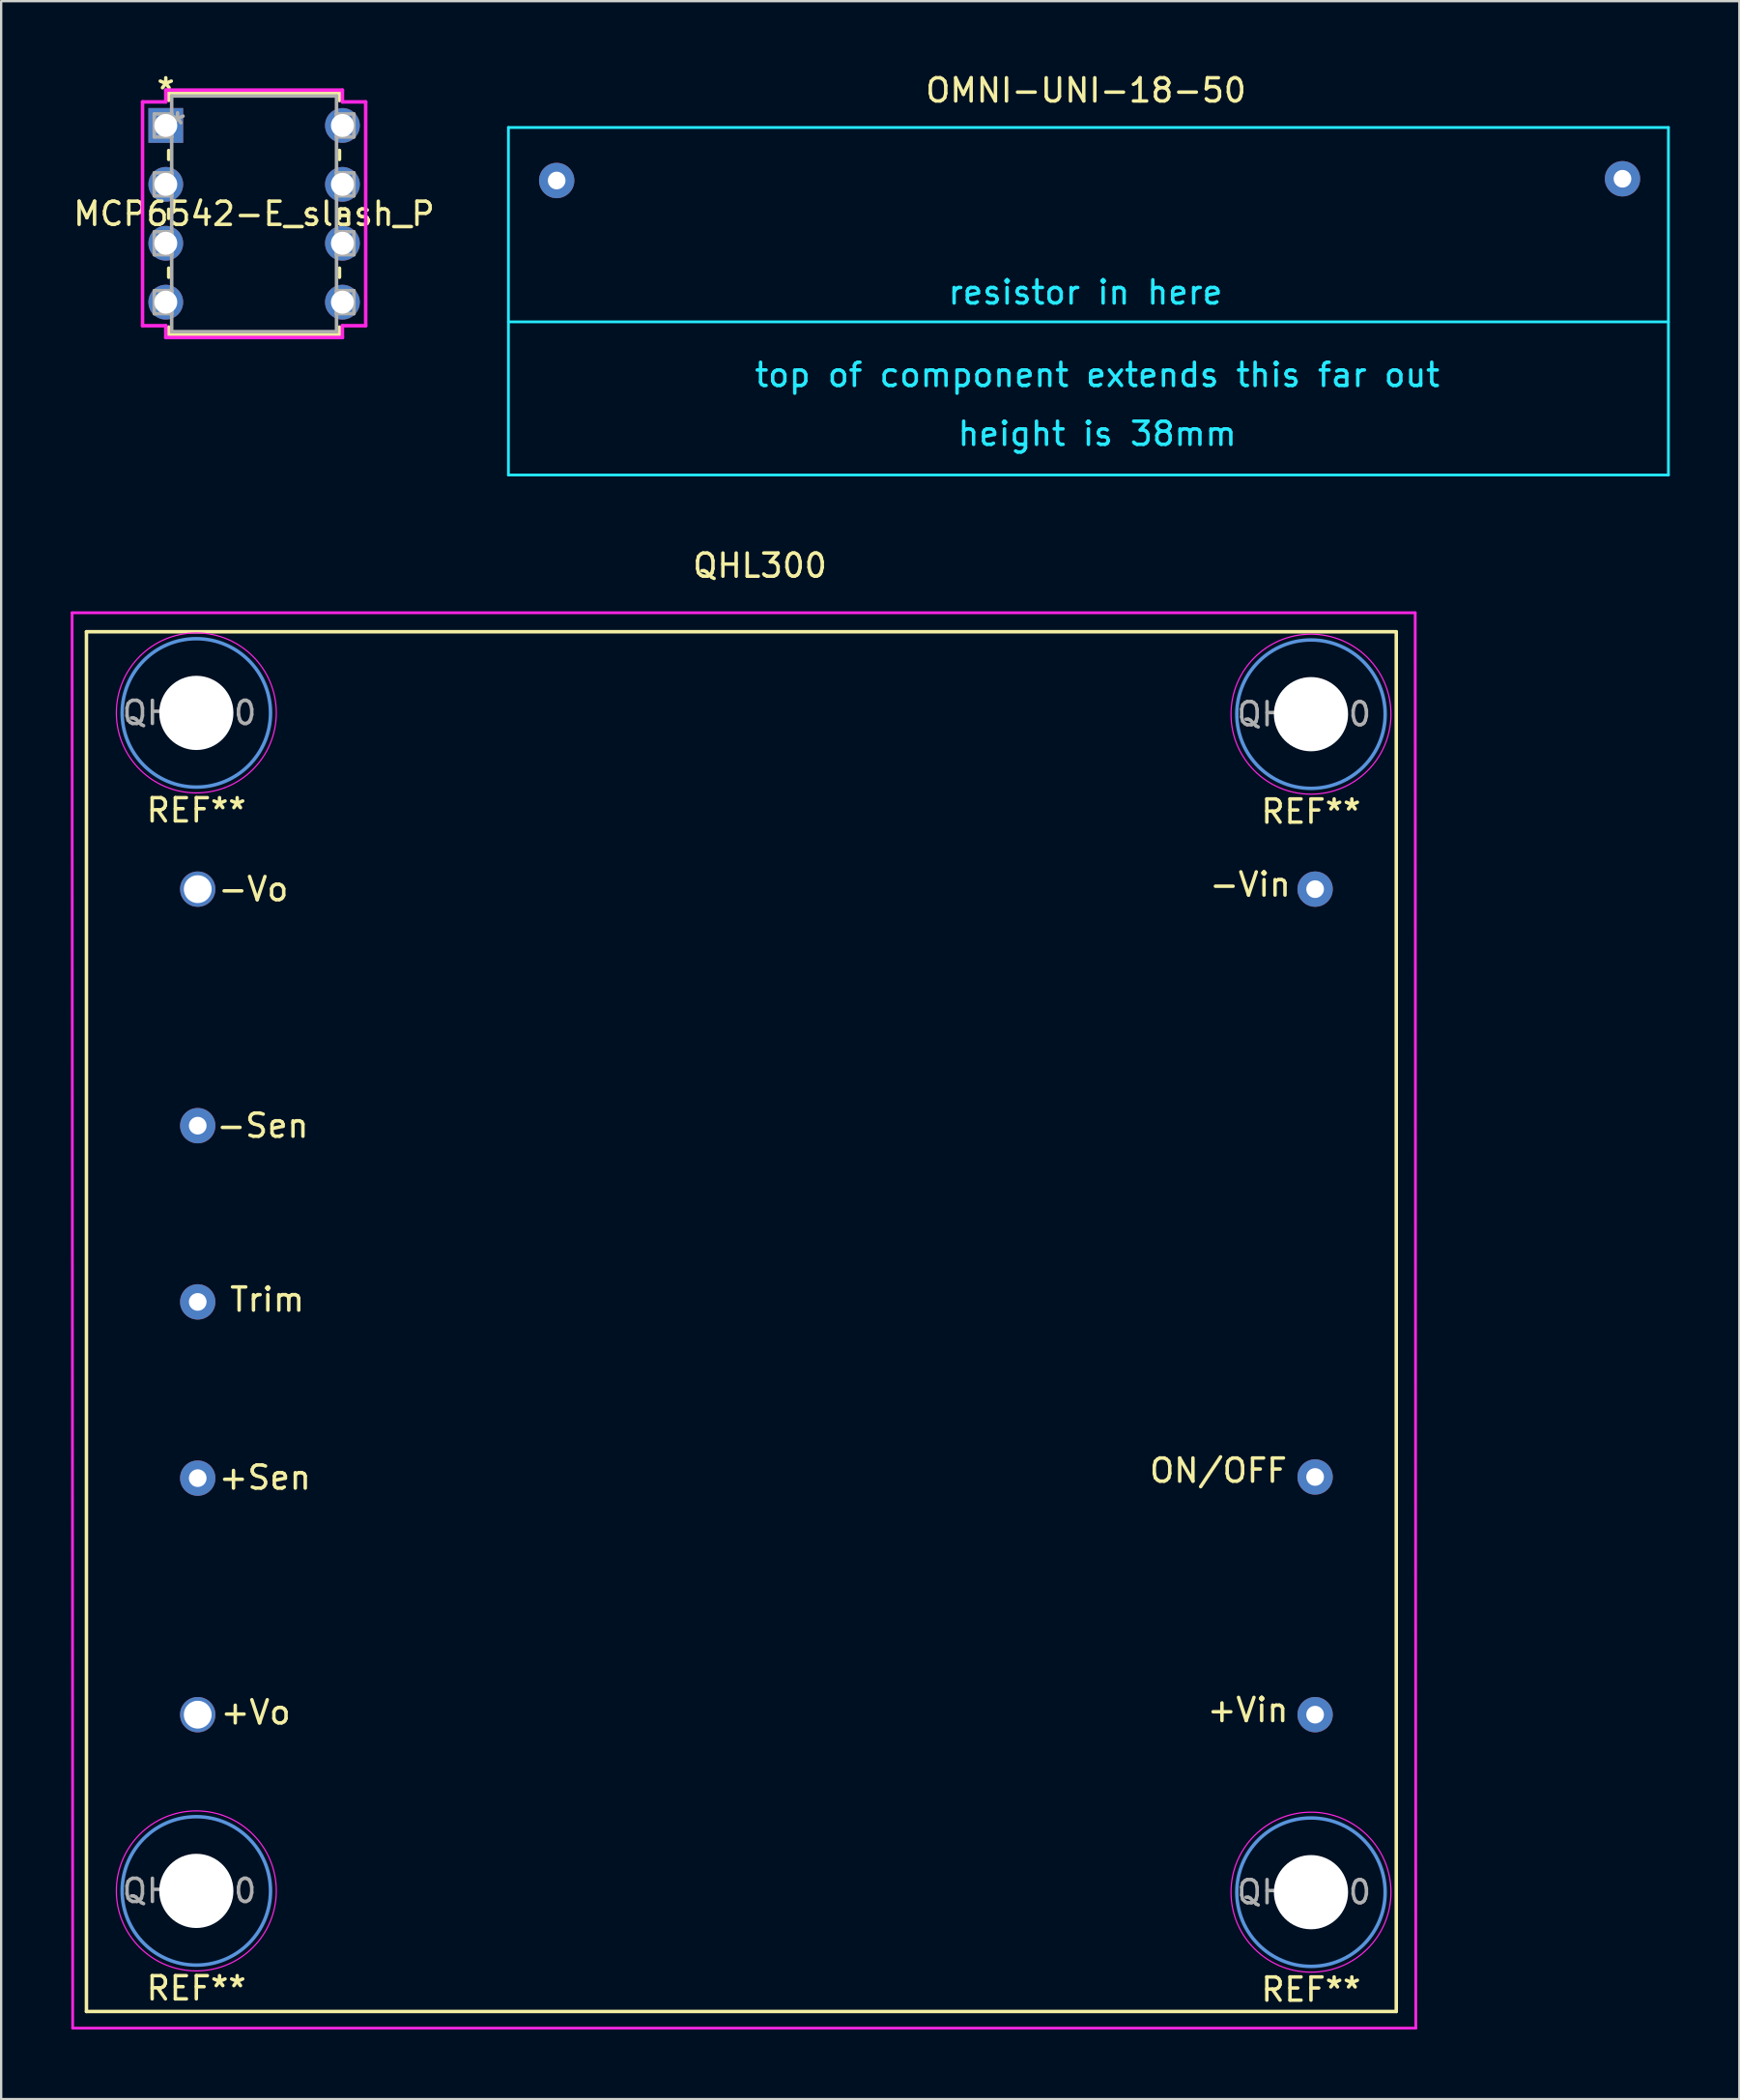
<source format=kicad_pcb>
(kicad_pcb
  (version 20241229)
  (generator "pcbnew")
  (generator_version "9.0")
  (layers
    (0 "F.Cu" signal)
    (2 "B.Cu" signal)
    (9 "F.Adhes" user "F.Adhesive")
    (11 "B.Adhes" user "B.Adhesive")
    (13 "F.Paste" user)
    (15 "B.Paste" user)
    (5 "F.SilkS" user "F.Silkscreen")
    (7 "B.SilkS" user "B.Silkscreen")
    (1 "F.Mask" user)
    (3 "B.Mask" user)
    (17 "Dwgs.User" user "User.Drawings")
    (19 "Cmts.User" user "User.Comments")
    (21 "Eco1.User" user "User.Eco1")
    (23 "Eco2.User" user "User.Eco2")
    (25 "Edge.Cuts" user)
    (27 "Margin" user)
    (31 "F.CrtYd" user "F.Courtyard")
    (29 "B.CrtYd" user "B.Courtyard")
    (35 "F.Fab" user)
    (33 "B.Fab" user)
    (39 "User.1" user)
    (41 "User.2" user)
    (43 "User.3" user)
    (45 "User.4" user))
  (footprint "OMNI-UNI-18-50"
    (layer "F.Cu")
    (at 43.519 8.798)
    (property "Reference" "OMNI-UNI-18-50" (at 0.275 -7.95 0) (layer "F.SilkS") (effects (font (size 1 1) (thickness 0.15))))
    (attr through_hole)
    (fp_line (start -24.638 -6.35) (end 25.4 -6.35) (stroke (width 0.12) (type solid)) (layer "B.CrtYd"))
    (fp_line (start -24.638 8.636) (end -24.638 -6.35) (stroke (width 0.12) (type solid)) (layer "B.CrtYd"))
    (fp_line (start -24.638 8.636) (end 25.4 8.636) (stroke (width 0.12) (type solid)) (layer "B.CrtYd"))
    (fp_line (start 25.4 2.032) (end -24.638 2.032) (stroke (width 0.12) (type solid)) (layer "B.CrtYd"))
    (fp_line (start 25.4 8.636) (end 25.4 -6.35) (stroke (width 0.12) (type solid)) (layer "B.CrtYd"))
    (fp_text user "top of component extends this far out" (at 0.762 4.318 0) (layer "B.CrtYd") (effects (font (size 1 1) (thickness 0.15))))
    (fp_text user "resistor in here" (at 0.254 0.762 0) (layer "B.CrtYd") (effects (font (size 1 1) (thickness 0.15))))
    (fp_text user "height is 38mm" (at 0.762 6.858 0) (layer "B.CrtYd") (effects (font (size 1 1) (thickness 0.15))))
    (pad "1" thru_hole circle (at -22.556 -4.064) (size 1.524 1.524) (drill 0.762) (layers "*.Cu" "*.Mask"))
    (pad "2" thru_hole circle (at 23.419 -4.139) (size 1.524 1.524) (drill 0.762) (layers "*.Cu" "*.Mask")))
  (footprint "QHL300"
    (layer "F.Cu")
    (at 53.679 78.493)
    (property "Reference" "QHL300" (at -23.95 -57.15 180) (layer "F.SilkS") (effects (font (size 1 1) (thickness 0.15))))
    (attr through_hole)
    (fp_line (start -53 -54.3) (end -53 5.2) (stroke (width 0.15) (type solid)) (layer "F.SilkS"))
    (fp_line (start -53 5.2) (end 3.5 5.2) (stroke (width 0.15) (type solid)) (layer "F.SilkS"))
    (fp_line (start 3.5 -54.3) (end -53 -54.3) (stroke (width 0.15) (type solid)) (layer "F.SilkS"))
    (fp_line (start 3.5 5.2) (end 3.5 -54.3) (stroke (width 0.15) (type solid)) (layer "F.SilkS"))
    (fp_circle (center -48.26 -50.8) (end -51.46 -50.8) (stroke (width 0.15) (type solid)) (fill no) (layer "Cmts.User"))
    (fp_circle (center -48.26 0) (end -51.46 0) (stroke (width 0.15) (type solid)) (fill no) (layer "Cmts.User"))
    (fp_circle (center -0.178 -50.745) (end -3.378 -50.745) (stroke (width 0.15) (type solid)) (fill no) (layer "Cmts.User"))
    (fp_circle (center -0.178 0.055) (end -3.378 0.055) (stroke (width 0.15) (type solid)) (fill no) (layer "Cmts.User"))
    (fp_line (start -53.594 5.918) (end -53.619 -55.118) (stroke (width 0.12) (type solid)) (layer "F.CrtYd"))
    (fp_line (start -53.594 5.918) (end 4.343 5.918) (stroke (width 0.12) (type solid)) (layer "F.CrtYd"))
    (fp_line (start 4.318 -55.118) (end -53.619 -55.118) (stroke (width 0.12) (type solid)) (layer "F.CrtYd"))
    (fp_line (start 4.318 -55.118) (end 4.343 5.918) (stroke (width 0.12) (type solid)) (layer "F.CrtYd"))
    (fp_circle (center -48.26 -50.8) (end -51.71 -50.8) (stroke (width 0.05) (type solid)) (fill no) (layer "F.CrtYd"))
    (fp_circle (center -48.26 0) (end -51.71 0) (stroke (width 0.05) (type solid)) (fill no) (layer "F.CrtYd"))
    (fp_circle (center -0.178 -50.745) (end -3.628 -50.745) (stroke (width 0.05) (type solid)) (fill no) (layer "F.CrtYd"))
    (fp_circle (center -0.178 0.055) (end -3.628 0.055) (stroke (width 0.05) (type solid)) (fill no) (layer "F.CrtYd"))
    (fp_text user "-Vo" (at -45.8 -43.2 0) (layer "F.SilkS") (effects (font (size 1 1) (thickness 0.15))))
    (fp_text user "REF**" (at -48.26 4.2 180) (layer "F.SilkS") (effects (font (size 1 1) (thickness 0.15))))
    (fp_text user "+Sen" (at -45.3 -17.825 0) (layer "F.SilkS") (effects (font (size 1 1) (thickness 0.15))))
    (fp_text user "REF**" (at -0.178 -46.545 180) (layer "F.SilkS") (effects (font (size 1 1) (thickness 0.15))))
    (fp_text user "REF**" (at -48.26 -46.6 180) (layer "F.SilkS") (effects (font (size 1 1) (thickness 0.15))))
    (fp_text user "Trim" (at -45.2 -25.5 0) (layer "F.SilkS") (effects (font (size 1 1) (thickness 0.15))))
    (fp_text user "+Vo" (at -45.7 -7.7 0) (layer "F.SilkS") (effects (font (size 1 1) (thickness 0.15))))
    (fp_text user "-Vin" (at -2.8 -43.4 0) (layer "F.SilkS") (effects (font (size 1 1) (thickness 0.15))))
    (fp_text user "ON/OFF" (at -4.175 -18.125 0) (layer "F.SilkS") (effects (font (size 1 1) (thickness 0.15))))
    (fp_text user "REF**" (at -0.178 4.255 180) (layer "F.SilkS") (effects (font (size 1 1) (thickness 0.15))))
    (fp_text user "-Sen" (at -45.4 -33 0) (layer "F.SilkS") (effects (font (size 1 1) (thickness 0.15))))
    (fp_text user "+Vin" (at -2.9 -7.8 0) (layer "F.SilkS") (effects (font (size 1 1) (thickness 0.15))))
    (fp_text user "${REFERENCE}" (at -48.56 0 180) (layer "F.Fab") (effects (font (size 1 1) (thickness 0.15))))
    (fp_text user "${REFERENCE}" (at -48.56 -50.8 180) (layer "F.Fab") (effects (font (size 1 1) (thickness 0.15))))
    (fp_text user "${REFERENCE}" (at -0.478 -50.745 180) (layer "F.Fab") (effects (font (size 1 1) (thickness 0.15))))
    (fp_text user "${REFERENCE}" (at -0.478 0.055 180) (layer "F.Fab") (effects (font (size 1 1) (thickness 0.15))))
    (pad "" np_thru_hole circle (at -48.26 -50.8 180) (size 3.2 3.2) (drill 3.2) (layers "*.Cu" "*.Mask"))
    (pad "" np_thru_hole circle (at -48.26 0 180) (size 3.2 3.2) (drill 3.2) (layers "*.Cu" "*.Mask"))
    (pad "" np_thru_hole circle (at -0.178 -50.745 180) (size 3.2 3.2) (drill 3.2) (layers "*.Cu" "*.Mask"))
    (pad "" np_thru_hole circle (at -0.178 0.055 180) (size 3.2 3.2) (drill 3.2) (layers "*.Cu" "*.Mask"))
    (pad "1" thru_hole circle (at 0 -7.6 180) (size 1.524 1.524) (drill 0.762) (layers "*.Cu" "*.Mask"))
    (pad "2" thru_hole circle (at 0 -17.85 180) (size 1.524 1.524) (drill 0.762) (layers "*.Cu" "*.Mask"))
    (pad "3" thru_hole circle (at 0 -43.2 180) (size 1.524 1.524) (drill 0.762) (layers "*.Cu" "*.Mask"))
    (pad "4" thru_hole circle (at -48.2 -43.2 180) (size 1.524 1.524) (drill 1.2) (layers "*.Cu" "*.Mask"))
    (pad "5" thru_hole circle (at -48.2 -33 180) (size 1.524 1.524) (drill 0.762) (layers "*.Cu" "*.Mask"))
    (pad "6" thru_hole circle (at -48.2 -25.4 180) (size 1.524 1.524) (drill 0.762) (layers "*.Cu" "*.Mask"))
    (pad "7" thru_hole circle (at -48.2 -17.8 180) (size 1.524 1.524) (drill 0.762) (layers "*.Cu" "*.Mask"))
    (pad "8" thru_hole circle (at -48.2 -7.6 180) (size 1.524 1.524) (drill 1.2) (layers "*.Cu" "*.Mask")))
  (footprint "MCP6542-E_slash_P"
    (layer "F.Cu")
    (at 11.721 9.98)
    (property "Reference" "MCP6542-E_slash_P" (at -3.81 -3.81 0) (layer "F.SilkS") (effects (font (size 1 1) (thickness 0.15))))
    (attr through_hole)
    (fp_line (start -7.493 -9.017) (end -7.493 -8.702) (stroke (width 0.152) (type solid)) (layer "F.SilkS"))
    (fp_line (start -7.493 -6.538) (end -7.493 -6.155) (stroke (width 0.152) (type solid)) (layer "F.SilkS"))
    (fp_line (start -7.493 -4.005) (end -7.493 -3.615) (stroke (width 0.152) (type solid)) (layer "F.SilkS"))
    (fp_line (start -7.493 -1.465) (end -7.493 -1.075) (stroke (width 0.152) (type solid)) (layer "F.SilkS"))
    (fp_line (start -7.493 1.075) (end -7.493 1.397) (stroke (width 0.152) (type solid)) (layer "F.SilkS"))
    (fp_line (start -7.493 1.397) (end -0.127 1.397) (stroke (width 0.152) (type solid)) (layer "F.SilkS"))
    (fp_line (start -0.127 -9.017) (end -7.493 -9.017) (stroke (width 0.152) (type solid)) (layer "F.SilkS"))
    (fp_line (start -0.127 -8.695) (end -0.127 -9.017) (stroke (width 0.152) (type solid)) (layer "F.SilkS"))
    (fp_line (start -0.127 -6.155) (end -0.127 -6.545) (stroke (width 0.152) (type solid)) (layer "F.SilkS"))
    (fp_line (start -0.127 -3.615) (end -0.127 -4.005) (stroke (width 0.152) (type solid)) (layer "F.SilkS"))
    (fp_line (start -0.127 -1.075) (end -0.127 -1.465) (stroke (width 0.152) (type solid)) (layer "F.SilkS"))
    (fp_line (start -0.127 1.397) (end -0.127 1.075) (stroke (width 0.152) (type solid)) (layer "F.SilkS"))
    (fp_line (start -8.623 -8.636) (end -8.623 1.016) (stroke (width 0.152) (type solid)) (layer "F.CrtYd"))
    (fp_line (start -8.623 1.016) (end -7.62 1.016) (stroke (width 0.152) (type solid)) (layer "F.CrtYd"))
    (fp_line (start -7.62 -9.144) (end -7.62 -8.636) (stroke (width 0.152) (type solid)) (layer "F.CrtYd"))
    (fp_line (start -7.62 -8.636) (end -8.623 -8.636) (stroke (width 0.152) (type solid)) (layer "F.CrtYd"))
    (fp_line (start -7.62 1.016) (end -7.62 1.524) (stroke (width 0.152) (type solid)) (layer "F.CrtYd"))
    (fp_line (start -7.62 1.524) (end 0 1.524) (stroke (width 0.152) (type solid)) (layer "F.CrtYd"))
    (fp_line (start 0 -9.144) (end -7.62 -9.144) (stroke (width 0.152) (type solid)) (layer "F.CrtYd"))
    (fp_line (start 0 -8.636) (end 0 -9.144) (stroke (width 0.152) (type solid)) (layer "F.CrtYd"))
    (fp_line (start 0 1.016) (end 1.003 1.016) (stroke (width 0.152) (type solid)) (layer "F.CrtYd"))
    (fp_line (start 0 1.524) (end 0 1.016) (stroke (width 0.152) (type solid)) (layer "F.CrtYd"))
    (fp_line (start 1.003 -8.636) (end 0 -8.636) (stroke (width 0.152) (type solid)) (layer "F.CrtYd"))
    (fp_line (start 1.003 1.016) (end 1.003 -8.636) (stroke (width 0.152) (type solid)) (layer "F.CrtYd"))
    (fp_line (start -8.115 -8.115) (end -8.115 -7.125) (stroke (width 0.152) (type solid)) (layer "F.Fab"))
    (fp_line (start -8.115 -7.125) (end -7.366 -7.125) (stroke (width 0.152) (type solid)) (layer "F.Fab"))
    (fp_line (start -8.115 -5.575) (end -8.115 -4.585) (stroke (width 0.152) (type solid)) (layer "F.Fab"))
    (fp_line (start -8.115 -4.585) (end -7.366 -4.585) (stroke (width 0.152) (type solid)) (layer "F.Fab"))
    (fp_line (start -8.115 -3.035) (end -8.115 -2.045) (stroke (width 0.152) (type solid)) (layer "F.Fab"))
    (fp_line (start -8.115 -2.045) (end -7.366 -2.045) (stroke (width 0.152) (type solid)) (layer "F.Fab"))
    (fp_line (start -8.115 -0.495) (end -8.115 0.495) (stroke (width 0.152) (type solid)) (layer "F.Fab"))
    (fp_line (start -8.115 0.495) (end -7.366 0.495) (stroke (width 0.152) (type solid)) (layer "F.Fab"))
    (fp_line (start -7.366 -8.89) (end -7.366 1.27) (stroke (width 0.152) (type solid)) (layer "F.Fab"))
    (fp_line (start -7.366 -8.115) (end -8.115 -8.115) (stroke (width 0.152) (type solid)) (layer "F.Fab"))
    (fp_line (start -7.366 -7.125) (end -7.366 -8.115) (stroke (width 0.152) (type solid)) (layer "F.Fab"))
    (fp_line (start -7.366 -5.575) (end -8.115 -5.575) (stroke (width 0.152) (type solid)) (layer "F.Fab"))
    (fp_line (start -7.366 -4.585) (end -7.366 -5.575) (stroke (width 0.152) (type solid)) (layer "F.Fab"))
    (fp_line (start -7.366 -3.035) (end -8.115 -3.035) (stroke (width 0.152) (type solid)) (layer "F.Fab"))
    (fp_line (start -7.366 -2.045) (end -7.366 -3.035) (stroke (width 0.152) (type solid)) (layer "F.Fab"))
    (fp_line (start -7.366 -0.495) (end -8.115 -0.495) (stroke (width 0.152) (type solid)) (layer "F.Fab"))
    (fp_line (start -7.366 0.495) (end -7.366 -0.495) (stroke (width 0.152) (type solid)) (layer "F.Fab"))
    (fp_line (start -7.366 1.27) (end -0.254 1.27) (stroke (width 0.152) (type solid)) (layer "F.Fab"))
    (fp_line (start -0.254 -8.89) (end -7.366 -8.89) (stroke (width 0.152) (type solid)) (layer "F.Fab"))
    (fp_line (start -0.254 -8.115) (end -0.254 -7.125) (stroke (width 0.152) (type solid)) (layer "F.Fab"))
    (fp_line (start -0.254 -7.125) (end 0.495 -7.125) (stroke (width 0.152) (type solid)) (layer "F.Fab"))
    (fp_line (start -0.254 -5.575) (end -0.254 -4.585) (stroke (width 0.152) (type solid)) (layer "F.Fab"))
    (fp_line (start -0.254 -4.585) (end 0.495 -4.585) (stroke (width 0.152) (type solid)) (layer "F.Fab"))
    (fp_line (start -0.254 -3.035) (end -0.254 -2.045) (stroke (width 0.152) (type solid)) (layer "F.Fab"))
    (fp_line (start -0.254 -2.045) (end 0.495 -2.045) (stroke (width 0.152) (type solid)) (layer "F.Fab"))
    (fp_line (start -0.254 -0.495) (end -0.254 0.495) (stroke (width 0.152) (type solid)) (layer "F.Fab"))
    (fp_line (start -0.254 0.495) (end 0.495 0.495) (stroke (width 0.152) (type solid)) (layer "F.Fab"))
    (fp_line (start -0.254 1.27) (end -0.254 -8.89) (stroke (width 0.152) (type solid)) (layer "F.Fab"))
    (fp_line (start 0.495 -8.115) (end -0.254 -8.115) (stroke (width 0.152) (type solid)) (layer "F.Fab"))
    (fp_line (start 0.495 -7.125) (end 0.495 -8.115) (stroke (width 0.152) (type solid)) (layer "F.Fab"))
    (fp_line (start 0.495 -5.575) (end -0.254 -5.575) (stroke (width 0.152) (type solid)) (layer "F.Fab"))
    (fp_line (start 0.495 -4.585) (end 0.495 -5.575) (stroke (width 0.152) (type solid)) (layer "F.Fab"))
    (fp_line (start 0.495 -3.035) (end -0.254 -3.035) (stroke (width 0.152) (type solid)) (layer "F.Fab"))
    (fp_line (start 0.495 -2.045) (end 0.495 -3.035) (stroke (width 0.152) (type solid)) (layer "F.Fab"))
    (fp_line (start 0.495 -0.495) (end -0.254 -0.495) (stroke (width 0.152) (type solid)) (layer "F.Fab"))
    (fp_line (start 0.495 0.495) (end 0.495 -0.495) (stroke (width 0.152) (type solid)) (layer "F.Fab"))
    (fp_text user "*" (at -7.62 -9.131 0) (layer "F.SilkS") (effects (font (size 1 1) (thickness 0.15))))
    (fp_text user "Copyright 2016 Accelerated Designs. All rights reserved." (at 0 0 0) (layer "Cmts.User") (effects (font (size 0.127 0.127) (thickness 0.002))))
    (fp_text user "*" (at -7.112 -7.62 0) (layer "F.Fab") (effects (font (size 1 1) (thickness 0.15))))
    (pad "1" thru_hole rect (at -7.62 -7.62) (size 1.499 1.499) (drill 0.991) (layers "*.Cu" "*.Mask"))
    (pad "2" thru_hole circle (at -7.62 -5.08) (size 1.499 1.499) (drill 0.991) (layers "*.Cu" "*.Mask"))
    (pad "3" thru_hole circle (at -7.62 -2.54) (size 1.499 1.499) (drill 0.991) (layers "*.Cu" "*.Mask"))
    (pad "4" thru_hole circle (at -7.62 0) (size 1.499 1.499) (drill 0.991) (layers "*.Cu" "*.Mask"))
    (pad "5" thru_hole circle (at 0 0) (size 1.499 1.499) (drill 0.991) (layers "*.Cu" "*.Mask"))
    (pad "6" thru_hole circle (at 0 -2.54) (size 1.499 1.499) (drill 0.991) (layers "*.Cu" "*.Mask"))
    (pad "7" thru_hole circle (at 0 -5.08) (size 1.499 1.499) (drill 0.991) (layers "*.Cu" "*.Mask"))
    (pad "8" thru_hole circle (at 0 -7.62) (size 1.499 1.499) (drill 0.991) (layers "*.Cu" "*.Mask")))
  (gr_rect
    (start -3 -3)
    (end 71.979 87.471)
    (stroke (width 0.1) (type default))
    (fill no)
    (layer "Edge.Cuts")))
</source>
